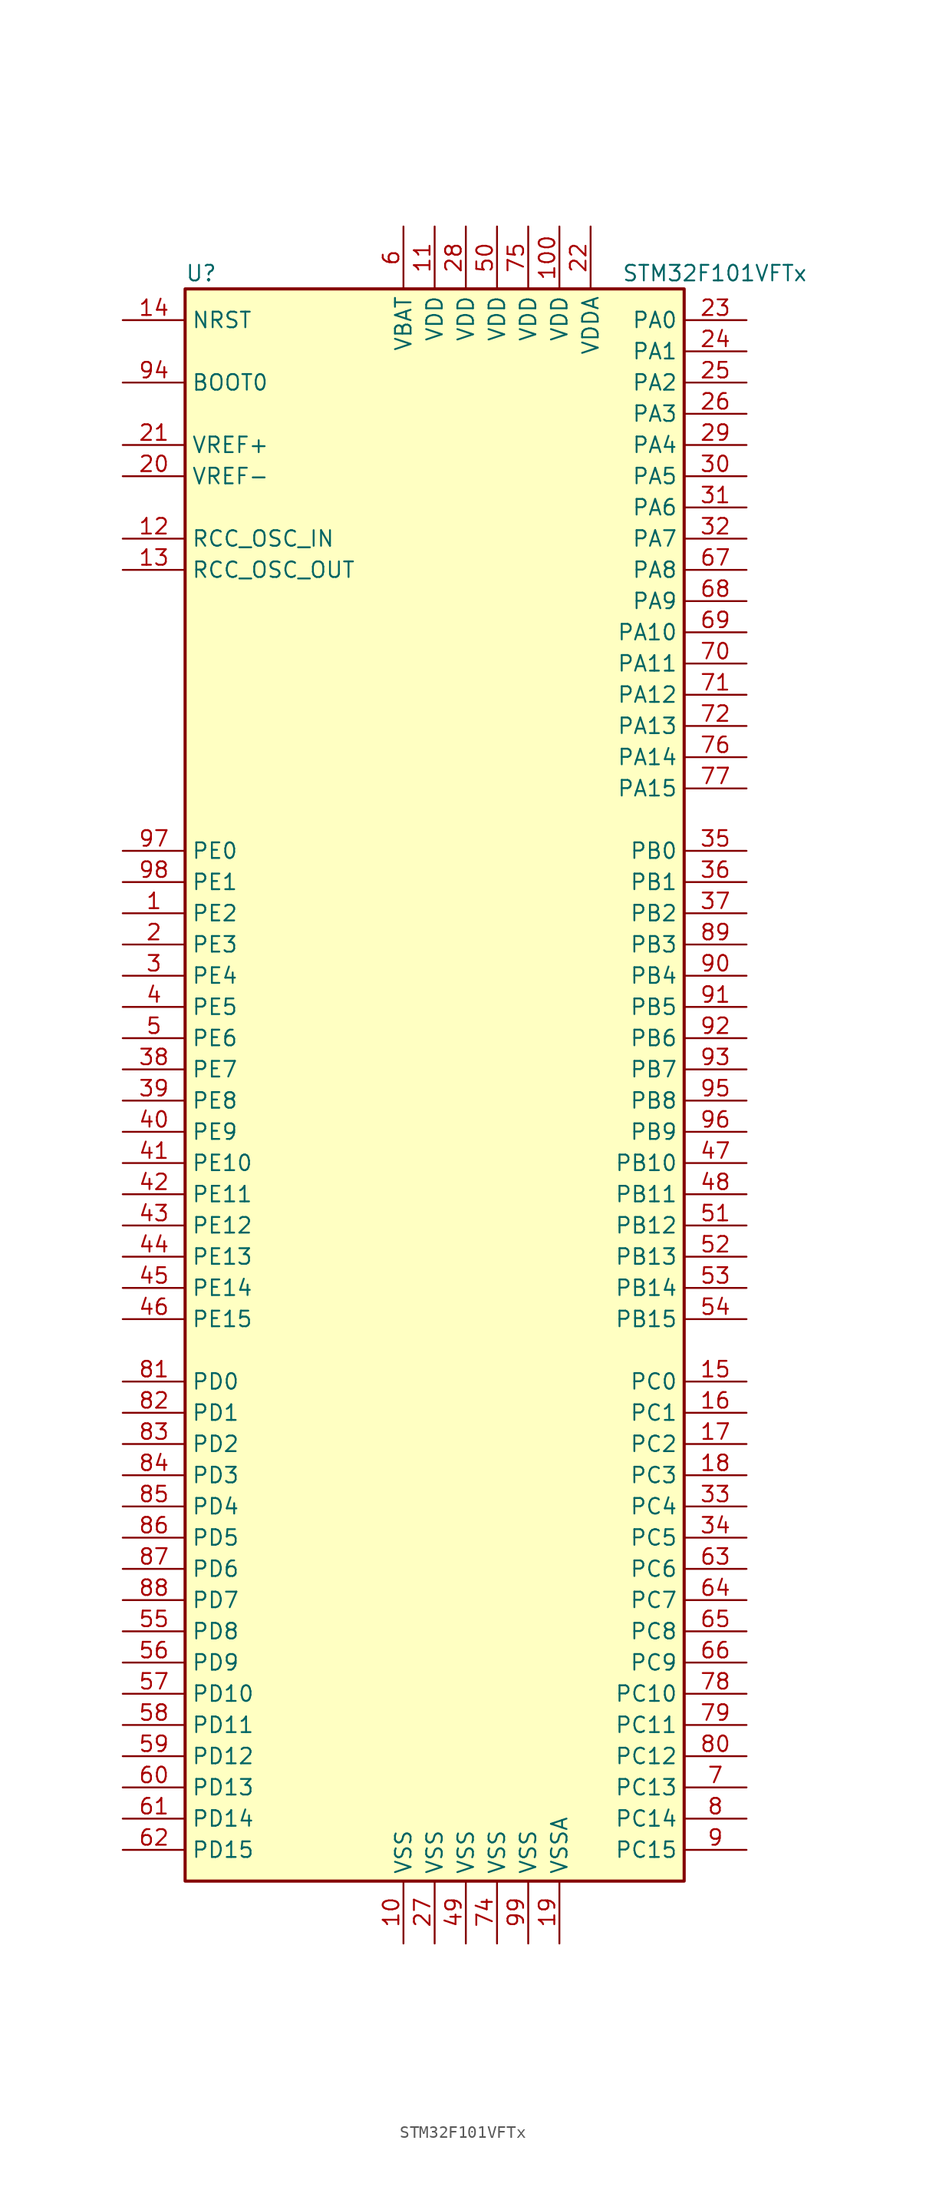
<source format=kicad_sym>
(kicad_symbol_lib
  (version 20211014)
  (generator kicad_symbol_editor)
  (symbol "STM32F101VFTx"
    (property "Reference" "U"
      (at -20.32 64.77 0)
      (effects (font (size 1.27 1.27)) (justify left)))
    (property "Value" "STM32F101VFTx"
      (at 15.24 64.77 0)
      (effects (font (size 1.27 1.27)) (justify left)))
    (symbol "STM32F101VFTx_0_1"
      (rectangle (start -20.32 -66.04) (end 20.32 63.5) (stroke (width 0.254) (type default) (color 0 0 0 0)) (fill (type background))))
    (symbol "STM32F101VFTx_1_1"
      (pin bidirectional line (at -25.4 12.7 0) (length 5.08) (name "PE2" (effects (font (size 1.27 1.27)))) (number "1" (effects (font (size 1.27 1.27)))))
      (pin power_in line (at -2.54 -71.12 90) (length 5.08) (name "VSS" (effects (font (size 1.27 1.27)))) (number "10" (effects (font (size 1.27 1.27)))))
      (pin power_in line (at 10.16 68.58 270) (length 5.08) (name "VDD" (effects (font (size 1.27 1.27)))) (number "100" (effects (font (size 1.27 1.27)))))
      (pin power_in line (at 0 68.58 270) (length 5.08) (name "VDD" (effects (font (size 1.27 1.27)))) (number "11" (effects (font (size 1.27 1.27)))))
      (pin input line (at -25.4 43.18 0) (length 5.08) (name "RCC_OSC_IN" (effects (font (size 1.27 1.27)))) (number "12" (effects (font (size 1.27 1.27)))))
      (pin input line (at -25.4 40.64 0) (length 5.08) (name "RCC_OSC_OUT" (effects (font (size 1.27 1.27)))) (number "13" (effects (font (size 1.27 1.27)))))
      (pin input line (at -25.4 60.96 0) (length 5.08) (name "NRST" (effects (font (size 1.27 1.27)))) (number "14" (effects (font (size 1.27 1.27)))))
      (pin bidirectional line (at 25.4 -25.4 180) (length 5.08) (name "PC0" (effects (font (size 1.27 1.27)))) (number "15" (effects (font (size 1.27 1.27)))))
      (pin bidirectional line (at 25.4 -27.94 180) (length 5.08) (name "PC1" (effects (font (size 1.27 1.27)))) (number "16" (effects (font (size 1.27 1.27)))))
      (pin bidirectional line (at 25.4 -30.48 180) (length 5.08) (name "PC2" (effects (font (size 1.27 1.27)))) (number "17" (effects (font (size 1.27 1.27)))))
      (pin bidirectional line (at 25.4 -33.02 180) (length 5.08) (name "PC3" (effects (font (size 1.27 1.27)))) (number "18" (effects (font (size 1.27 1.27)))))
      (pin power_in line (at 10.16 -71.12 90) (length 5.08) (name "VSSA" (effects (font (size 1.27 1.27)))) (number "19" (effects (font (size 1.27 1.27)))))
      (pin bidirectional line (at -25.4 10.16 0) (length 5.08) (name "PE3" (effects (font (size 1.27 1.27)))) (number "2" (effects (font (size 1.27 1.27)))))
      (pin power_in line (at -25.4 48.26 0) (length 5.08) (name "VREF-" (effects (font (size 1.27 1.27)))) (number "20" (effects (font (size 1.27 1.27)))))
      (pin power_in line (at -25.4 50.8 0) (length 5.08) (name "VREF+" (effects (font (size 1.27 1.27)))) (number "21" (effects (font (size 1.27 1.27)))))
      (pin power_in line (at 12.7 68.58 270) (length 5.08) (name "VDDA" (effects (font (size 1.27 1.27)))) (number "22" (effects (font (size 1.27 1.27)))))
      (pin bidirectional line (at 25.4 60.96 180) (length 5.08) (name "PA0" (effects (font (size 1.27 1.27)))) (number "23" (effects (font (size 1.27 1.27)))))
      (pin bidirectional line (at 25.4 58.42 180) (length 5.08) (name "PA1" (effects (font (size 1.27 1.27)))) (number "24" (effects (font (size 1.27 1.27)))))
      (pin bidirectional line (at 25.4 55.88 180) (length 5.08) (name "PA2" (effects (font (size 1.27 1.27)))) (number "25" (effects (font (size 1.27 1.27)))))
      (pin bidirectional line (at 25.4 53.34 180) (length 5.08) (name "PA3" (effects (font (size 1.27 1.27)))) (number "26" (effects (font (size 1.27 1.27)))))
      (pin power_in line (at 0 -71.12 90) (length 5.08) (name "VSS" (effects (font (size 1.27 1.27)))) (number "27" (effects (font (size 1.27 1.27)))))
      (pin power_in line (at 2.54 68.58 270) (length 5.08) (name "VDD" (effects (font (size 1.27 1.27)))) (number "28" (effects (font (size 1.27 1.27)))))
      (pin bidirectional line (at 25.4 50.8 180) (length 5.08) (name "PA4" (effects (font (size 1.27 1.27)))) (number "29" (effects (font (size 1.27 1.27)))))
      (pin bidirectional line (at -25.4 7.62 0) (length 5.08) (name "PE4" (effects (font (size 1.27 1.27)))) (number "3" (effects (font (size 1.27 1.27)))))
      (pin bidirectional line (at 25.4 48.26 180) (length 5.08) (name "PA5" (effects (font (size 1.27 1.27)))) (number "30" (effects (font (size 1.27 1.27)))))
      (pin bidirectional line (at 25.4 45.72 180) (length 5.08) (name "PA6" (effects (font (size 1.27 1.27)))) (number "31" (effects (font (size 1.27 1.27)))))
      (pin bidirectional line (at 25.4 43.18 180) (length 5.08) (name "PA7" (effects (font (size 1.27 1.27)))) (number "32" (effects (font (size 1.27 1.27)))))
      (pin bidirectional line (at 25.4 -35.56 180) (length 5.08) (name "PC4" (effects (font (size 1.27 1.27)))) (number "33" (effects (font (size 1.27 1.27)))))
      (pin bidirectional line (at 25.4 -38.1 180) (length 5.08) (name "PC5" (effects (font (size 1.27 1.27)))) (number "34" (effects (font (size 1.27 1.27)))))
      (pin bidirectional line (at 25.4 17.78 180) (length 5.08) (name "PB0" (effects (font (size 1.27 1.27)))) (number "35" (effects (font (size 1.27 1.27)))))
      (pin bidirectional line (at 25.4 15.24 180) (length 5.08) (name "PB1" (effects (font (size 1.27 1.27)))) (number "36" (effects (font (size 1.27 1.27)))))
      (pin bidirectional line (at 25.4 12.7 180) (length 5.08) (name "PB2" (effects (font (size 1.27 1.27)))) (number "37" (effects (font (size 1.27 1.27)))))
      (pin bidirectional line (at -25.4 0 0) (length 5.08) (name "PE7" (effects (font (size 1.27 1.27)))) (number "38" (effects (font (size 1.27 1.27)))))
      (pin bidirectional line (at -25.4 -2.54 0) (length 5.08) (name "PE8" (effects (font (size 1.27 1.27)))) (number "39" (effects (font (size 1.27 1.27)))))
      (pin bidirectional line (at -25.4 5.08 0) (length 5.08) (name "PE5" (effects (font (size 1.27 1.27)))) (number "4" (effects (font (size 1.27 1.27)))))
      (pin bidirectional line (at -25.4 -5.08 0) (length 5.08) (name "PE9" (effects (font (size 1.27 1.27)))) (number "40" (effects (font (size 1.27 1.27)))))
      (pin bidirectional line (at -25.4 -7.62 0) (length 5.08) (name "PE10" (effects (font (size 1.27 1.27)))) (number "41" (effects (font (size 1.27 1.27)))))
      (pin bidirectional line (at -25.4 -10.16 0) (length 5.08) (name "PE11" (effects (font (size 1.27 1.27)))) (number "42" (effects (font (size 1.27 1.27)))))
      (pin bidirectional line (at -25.4 -12.7 0) (length 5.08) (name "PE12" (effects (font (size 1.27 1.27)))) (number "43" (effects (font (size 1.27 1.27)))))
      (pin bidirectional line (at -25.4 -15.24 0) (length 5.08) (name "PE13" (effects (font (size 1.27 1.27)))) (number "44" (effects (font (size 1.27 1.27)))))
      (pin bidirectional line (at -25.4 -17.78 0) (length 5.08) (name "PE14" (effects (font (size 1.27 1.27)))) (number "45" (effects (font (size 1.27 1.27)))))
      (pin bidirectional line (at -25.4 -20.32 0) (length 5.08) (name "PE15" (effects (font (size 1.27 1.27)))) (number "46" (effects (font (size 1.27 1.27)))))
      (pin bidirectional line (at 25.4 -7.62 180) (length 5.08) (name "PB10" (effects (font (size 1.27 1.27)))) (number "47" (effects (font (size 1.27 1.27)))))
      (pin bidirectional line (at 25.4 -10.16 180) (length 5.08) (name "PB11" (effects (font (size 1.27 1.27)))) (number "48" (effects (font (size 1.27 1.27)))))
      (pin power_in line (at 2.54 -71.12 90) (length 5.08) (name "VSS" (effects (font (size 1.27 1.27)))) (number "49" (effects (font (size 1.27 1.27)))))
      (pin bidirectional line (at -25.4 2.54 0) (length 5.08) (name "PE6" (effects (font (size 1.27 1.27)))) (number "5" (effects (font (size 1.27 1.27)))))
      (pin power_in line (at 5.08 68.58 270) (length 5.08) (name "VDD" (effects (font (size 1.27 1.27)))) (number "50" (effects (font (size 1.27 1.27)))))
      (pin bidirectional line (at 25.4 -12.7 180) (length 5.08) (name "PB12" (effects (font (size 1.27 1.27)))) (number "51" (effects (font (size 1.27 1.27)))))
      (pin bidirectional line (at 25.4 -15.24 180) (length 5.08) (name "PB13" (effects (font (size 1.27 1.27)))) (number "52" (effects (font (size 1.27 1.27)))))
      (pin bidirectional line (at 25.4 -17.78 180) (length 5.08) (name "PB14" (effects (font (size 1.27 1.27)))) (number "53" (effects (font (size 1.27 1.27)))))
      (pin bidirectional line (at 25.4 -20.32 180) (length 5.08) (name "PB15" (effects (font (size 1.27 1.27)))) (number "54" (effects (font (size 1.27 1.27)))))
      (pin bidirectional line (at -25.4 -45.72 0) (length 5.08) (name "PD8" (effects (font (size 1.27 1.27)))) (number "55" (effects (font (size 1.27 1.27)))))
      (pin bidirectional line (at -25.4 -48.26 0) (length 5.08) (name "PD9" (effects (font (size 1.27 1.27)))) (number "56" (effects (font (size 1.27 1.27)))))
      (pin bidirectional line (at -25.4 -50.8 0) (length 5.08) (name "PD10" (effects (font (size 1.27 1.27)))) (number "57" (effects (font (size 1.27 1.27)))))
      (pin bidirectional line (at -25.4 -53.34 0) (length 5.08) (name "PD11" (effects (font (size 1.27 1.27)))) (number "58" (effects (font (size 1.27 1.27)))))
      (pin bidirectional line (at -25.4 -55.88 0) (length 5.08) (name "PD12" (effects (font (size 1.27 1.27)))) (number "59" (effects (font (size 1.27 1.27)))))
      (pin power_in line (at -2.54 68.58 270) (length 5.08) (name "VBAT" (effects (font (size 1.27 1.27)))) (number "6" (effects (font (size 1.27 1.27)))))
      (pin bidirectional line (at -25.4 -58.42 0) (length 5.08) (name "PD13" (effects (font (size 1.27 1.27)))) (number "60" (effects (font (size 1.27 1.27)))))
      (pin bidirectional line (at -25.4 -60.96 0) (length 5.08) (name "PD14" (effects (font (size 1.27 1.27)))) (number "61" (effects (font (size 1.27 1.27)))))
      (pin bidirectional line (at -25.4 -63.5 0) (length 5.08) (name "PD15" (effects (font (size 1.27 1.27)))) (number "62" (effects (font (size 1.27 1.27)))))
      (pin bidirectional line (at 25.4 -40.64 180) (length 5.08) (name "PC6" (effects (font (size 1.27 1.27)))) (number "63" (effects (font (size 1.27 1.27)))))
      (pin bidirectional line (at 25.4 -43.18 180) (length 5.08) (name "PC7" (effects (font (size 1.27 1.27)))) (number "64" (effects (font (size 1.27 1.27)))))
      (pin bidirectional line (at 25.4 -45.72 180) (length 5.08) (name "PC8" (effects (font (size 1.27 1.27)))) (number "65" (effects (font (size 1.27 1.27)))))
      (pin bidirectional line (at 25.4 -48.26 180) (length 5.08) (name "PC9" (effects (font (size 1.27 1.27)))) (number "66" (effects (font (size 1.27 1.27)))))
      (pin bidirectional line (at 25.4 40.64 180) (length 5.08) (name "PA8" (effects (font (size 1.27 1.27)))) (number "67" (effects (font (size 1.27 1.27)))))
      (pin bidirectional line (at 25.4 38.1 180) (length 5.08) (name "PA9" (effects (font (size 1.27 1.27)))) (number "68" (effects (font (size 1.27 1.27)))))
      (pin bidirectional line (at 25.4 35.56 180) (length 5.08) (name "PA10" (effects (font (size 1.27 1.27)))) (number "69" (effects (font (size 1.27 1.27)))))
      (pin bidirectional line (at 25.4 -58.42 180) (length 5.08) (name "PC13" (effects (font (size 1.27 1.27)))) (number "7" (effects (font (size 1.27 1.27)))))
      (pin bidirectional line (at 25.4 33.02 180) (length 5.08) (name "PA11" (effects (font (size 1.27 1.27)))) (number "70" (effects (font (size 1.27 1.27)))))
      (pin bidirectional line (at 25.4 30.48 180) (length 5.08) (name "PA12" (effects (font (size 1.27 1.27)))) (number "71" (effects (font (size 1.27 1.27)))))
      (pin bidirectional line (at 25.4 27.94 180) (length 5.08) (name "PA13" (effects (font (size 1.27 1.27)))) (number "72" (effects (font (size 1.27 1.27)))))
      (pin no_connect line (at -20.32 -63.5 0) (length 5.08) hide (name "NC" (effects (font (size 1.27 1.27)))) (number "73" (effects (font (size 1.27 1.27)))))
      (pin power_in line (at 5.08 -71.12 90) (length 5.08) (name "VSS" (effects (font (size 1.27 1.27)))) (number "74" (effects (font (size 1.27 1.27)))))
      (pin power_in line (at 7.62 68.58 270) (length 5.08) (name "VDD" (effects (font (size 1.27 1.27)))) (number "75" (effects (font (size 1.27 1.27)))))
      (pin bidirectional line (at 25.4 25.4 180) (length 5.08) (name "PA14" (effects (font (size 1.27 1.27)))) (number "76" (effects (font (size 1.27 1.27)))))
      (pin bidirectional line (at 25.4 22.86 180) (length 5.08) (name "PA15" (effects (font (size 1.27 1.27)))) (number "77" (effects (font (size 1.27 1.27)))))
      (pin bidirectional line (at 25.4 -50.8 180) (length 5.08) (name "PC10" (effects (font (size 1.27 1.27)))) (number "78" (effects (font (size 1.27 1.27)))))
      (pin bidirectional line (at 25.4 -53.34 180) (length 5.08) (name "PC11" (effects (font (size 1.27 1.27)))) (number "79" (effects (font (size 1.27 1.27)))))
      (pin bidirectional line (at 25.4 -60.96 180) (length 5.08) (name "PC14" (effects (font (size 1.27 1.27)))) (number "8" (effects (font (size 1.27 1.27)))))
      (pin bidirectional line (at 25.4 -55.88 180) (length 5.08) (name "PC12" (effects (font (size 1.27 1.27)))) (number "80" (effects (font (size 1.27 1.27)))))
      (pin bidirectional line (at -25.4 -25.4 0) (length 5.08) (name "PD0" (effects (font (size 1.27 1.27)))) (number "81" (effects (font (size 1.27 1.27)))))
      (pin bidirectional line (at -25.4 -27.94 0) (length 5.08) (name "PD1" (effects (font (size 1.27 1.27)))) (number "82" (effects (font (size 1.27 1.27)))))
      (pin bidirectional line (at -25.4 -30.48 0) (length 5.08) (name "PD2" (effects (font (size 1.27 1.27)))) (number "83" (effects (font (size 1.27 1.27)))))
      (pin bidirectional line (at -25.4 -33.02 0) (length 5.08) (name "PD3" (effects (font (size 1.27 1.27)))) (number "84" (effects (font (size 1.27 1.27)))))
      (pin bidirectional line (at -25.4 -35.56 0) (length 5.08) (name "PD4" (effects (font (size 1.27 1.27)))) (number "85" (effects (font (size 1.27 1.27)))))
      (pin bidirectional line (at -25.4 -38.1 0) (length 5.08) (name "PD5" (effects (font (size 1.27 1.27)))) (number "86" (effects (font (size 1.27 1.27)))))
      (pin bidirectional line (at -25.4 -40.64 0) (length 5.08) (name "PD6" (effects (font (size 1.27 1.27)))) (number "87" (effects (font (size 1.27 1.27)))))
      (pin bidirectional line (at -25.4 -43.18 0) (length 5.08) (name "PD7" (effects (font (size 1.27 1.27)))) (number "88" (effects (font (size 1.27 1.27)))))
      (pin bidirectional line (at 25.4 10.16 180) (length 5.08) (name "PB3" (effects (font (size 1.27 1.27)))) (number "89" (effects (font (size 1.27 1.27)))))
      (pin bidirectional line (at 25.4 -63.5 180) (length 5.08) (name "PC15" (effects (font (size 1.27 1.27)))) (number "9" (effects (font (size 1.27 1.27)))))
      (pin bidirectional line (at 25.4 7.62 180) (length 5.08) (name "PB4" (effects (font (size 1.27 1.27)))) (number "90" (effects (font (size 1.27 1.27)))))
      (pin bidirectional line (at 25.4 5.08 180) (length 5.08) (name "PB5" (effects (font (size 1.27 1.27)))) (number "91" (effects (font (size 1.27 1.27)))))
      (pin bidirectional line (at 25.4 2.54 180) (length 5.08) (name "PB6" (effects (font (size 1.27 1.27)))) (number "92" (effects (font (size 1.27 1.27)))))
      (pin bidirectional line (at 25.4 0 180) (length 5.08) (name "PB7" (effects (font (size 1.27 1.27)))) (number "93" (effects (font (size 1.27 1.27)))))
      (pin input line (at -25.4 55.88 0) (length 5.08) (name "BOOT0" (effects (font (size 1.27 1.27)))) (number "94" (effects (font (size 1.27 1.27)))))
      (pin bidirectional line (at 25.4 -2.54 180) (length 5.08) (name "PB8" (effects (font (size 1.27 1.27)))) (number "95" (effects (font (size 1.27 1.27)))))
      (pin bidirectional line (at 25.4 -5.08 180) (length 5.08) (name "PB9" (effects (font (size 1.27 1.27)))) (number "96" (effects (font (size 1.27 1.27)))))
      (pin bidirectional line (at -25.4 17.78 0) (length 5.08) (name "PE0" (effects (font (size 1.27 1.27)))) (number "97" (effects (font (size 1.27 1.27)))))
      (pin bidirectional line (at -25.4 15.24 0) (length 5.08) (name "PE1" (effects (font (size 1.27 1.27)))) (number "98" (effects (font (size 1.27 1.27)))))
      (pin power_in line (at 7.62 -71.12 90) (length 5.08) (name "VSS" (effects (font (size 1.27 1.27)))) (number "99" (effects (font (size 1.27 1.27))))))))
</source>
